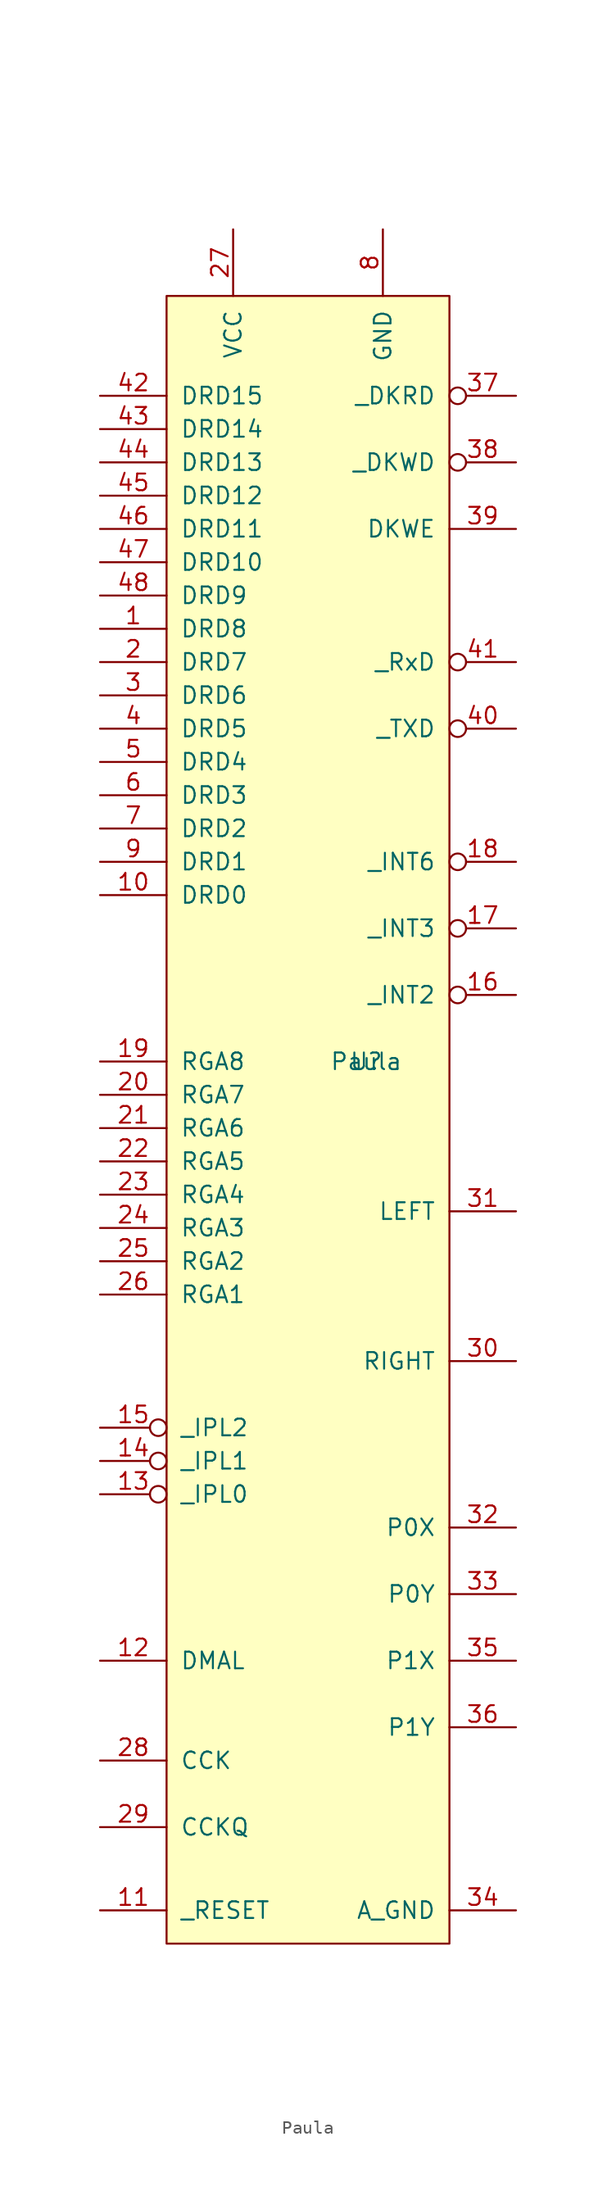
<source format=kicad_sym>
(kicad_symbol_lib
  (version 20211014)
  (generator kicad_symbol_editor)
  (symbol "Paula"
    (pin_names
      (offset 1.016))
    (property "Reference" "U"
      (at 3.81 0 0)
      (effects (font (size 1.27 1.27))))
    (property "Value" "Paula"
      (at 3.81 0 0)
      (effects (font (size 1.27 1.27))))
    (symbol "Paula_0_1"
      (rectangle (start -11.43 58.42) (end 10.16 -67.31) (stroke (width 0) (type default) (color 0 0 0 0)) (fill (type background))))
    (symbol "Paula_1_1"
      (pin passive line (at -16.51 33.02 0) (length 5.08) (name "DRD8" (effects (font (size 1.27 1.27)))) (number "1" (effects (font (size 1.27 1.27)))))
      (pin passive line (at -16.51 12.7 0) (length 5.08) (name "DRD0" (effects (font (size 1.27 1.27)))) (number "10" (effects (font (size 1.27 1.27)))))
      (pin passive line (at -16.51 -64.77 0) (length 5.08) (name "_RESET" (effects (font (size 1.27 1.27)))) (number "11" (effects (font (size 1.27 1.27)))))
      (pin passive line (at -16.51 -45.72 0) (length 5.08) (name "DMAL" (effects (font (size 1.27 1.27)))) (number "12" (effects (font (size 1.27 1.27)))))
      (pin passive inverted (at -16.51 -33.02 0) (length 5.08) (name "_IPL0" (effects (font (size 1.27 1.27)))) (number "13" (effects (font (size 1.27 1.27)))))
      (pin passive inverted (at -16.51 -30.48 0) (length 5.08) (name "_IPL1" (effects (font (size 1.27 1.27)))) (number "14" (effects (font (size 1.27 1.27)))))
      (pin passive inverted (at -16.51 -27.94 0) (length 5.08) (name "_IPL2" (effects (font (size 1.27 1.27)))) (number "15" (effects (font (size 1.27 1.27)))))
      (pin passive inverted (at 15.24 5.08 180) (length 5.08) (name "_INT2" (effects (font (size 1.27 1.27)))) (number "16" (effects (font (size 1.27 1.27)))))
      (pin passive inverted (at 15.24 10.16 180) (length 5.08) (name "_INT3" (effects (font (size 1.27 1.27)))) (number "17" (effects (font (size 1.27 1.27)))))
      (pin passive inverted (at 15.24 15.24 180) (length 5.08) (name "_INT6" (effects (font (size 1.27 1.27)))) (number "18" (effects (font (size 1.27 1.27)))))
      (pin passive line (at -16.51 0 0) (length 5.08) (name "RGA8" (effects (font (size 1.27 1.27)))) (number "19" (effects (font (size 1.27 1.27)))))
      (pin passive line (at -16.51 30.48 0) (length 5.08) (name "DRD7" (effects (font (size 1.27 1.27)))) (number "2" (effects (font (size 1.27 1.27)))))
      (pin passive line (at -16.51 -2.54 0) (length 5.08) (name "RGA7" (effects (font (size 1.27 1.27)))) (number "20" (effects (font (size 1.27 1.27)))))
      (pin passive line (at -16.51 -5.08 0) (length 5.08) (name "RGA6" (effects (font (size 1.27 1.27)))) (number "21" (effects (font (size 1.27 1.27)))))
      (pin passive line (at -16.51 -7.62 0) (length 5.08) (name "RGA5" (effects (font (size 1.27 1.27)))) (number "22" (effects (font (size 1.27 1.27)))))
      (pin passive line (at -16.51 -10.16 0) (length 5.08) (name "RGA4" (effects (font (size 1.27 1.27)))) (number "23" (effects (font (size 1.27 1.27)))))
      (pin passive line (at -16.51 -12.7 0) (length 5.08) (name "RGA3" (effects (font (size 1.27 1.27)))) (number "24" (effects (font (size 1.27 1.27)))))
      (pin passive line (at -16.51 -15.24 0) (length 5.08) (name "RGA2" (effects (font (size 1.27 1.27)))) (number "25" (effects (font (size 1.27 1.27)))))
      (pin passive line (at -16.51 -17.78 0) (length 5.08) (name "RGA1" (effects (font (size 1.27 1.27)))) (number "26" (effects (font (size 1.27 1.27)))))
      (pin passive line (at -6.35 63.5 270) (length 5.08) (name "VCC" (effects (font (size 1.27 1.27)))) (number "27" (effects (font (size 1.27 1.27)))))
      (pin passive line (at -16.51 -53.34 0) (length 5.08) (name "CCK" (effects (font (size 1.27 1.27)))) (number "28" (effects (font (size 1.27 1.27)))))
      (pin passive line (at -16.51 -58.42 0) (length 5.08) (name "CCKQ" (effects (font (size 1.27 1.27)))) (number "29" (effects (font (size 1.27 1.27)))))
      (pin passive line (at -16.51 27.94 0) (length 5.08) (name "DRD6" (effects (font (size 1.27 1.27)))) (number "3" (effects (font (size 1.27 1.27)))))
      (pin passive line (at 15.24 -22.86 180) (length 5.08) (name "RIGHT" (effects (font (size 1.27 1.27)))) (number "30" (effects (font (size 1.27 1.27)))))
      (pin passive line (at 15.24 -11.43 180) (length 5.08) (name "LEFT" (effects (font (size 1.27 1.27)))) (number "31" (effects (font (size 1.27 1.27)))))
      (pin passive line (at 15.24 -35.56 180) (length 5.08) (name "P0X" (effects (font (size 1.27 1.27)))) (number "32" (effects (font (size 1.27 1.27)))))
      (pin passive line (at 15.24 -40.64 180) (length 5.08) (name "P0Y" (effects (font (size 1.27 1.27)))) (number "33" (effects (font (size 1.27 1.27)))))
      (pin passive line (at 15.24 -64.77 180) (length 5.08) (name "A_GND" (effects (font (size 1.27 1.27)))) (number "34" (effects (font (size 1.27 1.27)))))
      (pin passive line (at 15.24 -45.72 180) (length 5.08) (name "P1X" (effects (font (size 1.27 1.27)))) (number "35" (effects (font (size 1.27 1.27)))))
      (pin passive line (at 15.24 -50.8 180) (length 5.08) (name "P1Y" (effects (font (size 1.27 1.27)))) (number "36" (effects (font (size 1.27 1.27)))))
      (pin passive inverted (at 15.24 50.8 180) (length 5.08) (name "_DKRD" (effects (font (size 1.27 1.27)))) (number "37" (effects (font (size 1.27 1.27)))))
      (pin passive inverted (at 15.24 45.72 180) (length 5.08) (name "_DKWD" (effects (font (size 1.27 1.27)))) (number "38" (effects (font (size 1.27 1.27)))))
      (pin passive line (at 15.24 40.64 180) (length 5.08) (name "DKWE" (effects (font (size 1.27 1.27)))) (number "39" (effects (font (size 1.27 1.27)))))
      (pin passive line (at -16.51 25.4 0) (length 5.08) (name "DRD5" (effects (font (size 1.27 1.27)))) (number "4" (effects (font (size 1.27 1.27)))))
      (pin passive inverted (at 15.24 25.4 180) (length 5.08) (name "_TXD" (effects (font (size 1.27 1.27)))) (number "40" (effects (font (size 1.27 1.27)))))
      (pin passive inverted (at 15.24 30.48 180) (length 5.08) (name "_RxD" (effects (font (size 1.27 1.27)))) (number "41" (effects (font (size 1.27 1.27)))))
      (pin passive line (at -16.51 50.8 0) (length 5.08) (name "DRD15" (effects (font (size 1.27 1.27)))) (number "42" (effects (font (size 1.27 1.27)))))
      (pin passive line (at -16.51 48.26 0) (length 5.08) (name "DRD14" (effects (font (size 1.27 1.27)))) (number "43" (effects (font (size 1.27 1.27)))))
      (pin passive line (at -16.51 45.72 0) (length 5.08) (name "DRD13" (effects (font (size 1.27 1.27)))) (number "44" (effects (font (size 1.27 1.27)))))
      (pin passive line (at -16.51 43.18 0) (length 5.08) (name "DRD12" (effects (font (size 1.27 1.27)))) (number "45" (effects (font (size 1.27 1.27)))))
      (pin passive line (at -16.51 40.64 0) (length 5.08) (name "DRD11" (effects (font (size 1.27 1.27)))) (number "46" (effects (font (size 1.27 1.27)))))
      (pin passive line (at -16.51 38.1 0) (length 5.08) (name "DRD10" (effects (font (size 1.27 1.27)))) (number "47" (effects (font (size 1.27 1.27)))))
      (pin passive line (at -16.51 35.56 0) (length 5.08) (name "DRD9" (effects (font (size 1.27 1.27)))) (number "48" (effects (font (size 1.27 1.27)))))
      (pin passive line (at -16.51 22.86 0) (length 5.08) (name "DRD4" (effects (font (size 1.27 1.27)))) (number "5" (effects (font (size 1.27 1.27)))))
      (pin passive line (at -16.51 20.32 0) (length 5.08) (name "DRD3" (effects (font (size 1.27 1.27)))) (number "6" (effects (font (size 1.27 1.27)))))
      (pin passive line (at -16.51 17.78 0) (length 5.08) (name "DRD2" (effects (font (size 1.27 1.27)))) (number "7" (effects (font (size 1.27 1.27)))))
      (pin passive line (at 5.08 63.5 270) (length 5.08) (name "GND" (effects (font (size 1.27 1.27)))) (number "8" (effects (font (size 1.27 1.27)))))
      (pin passive line (at -16.51 15.24 0) (length 5.08) (name "DRD1" (effects (font (size 1.27 1.27)))) (number "9" (effects (font (size 1.27 1.27))))))))
</source>
